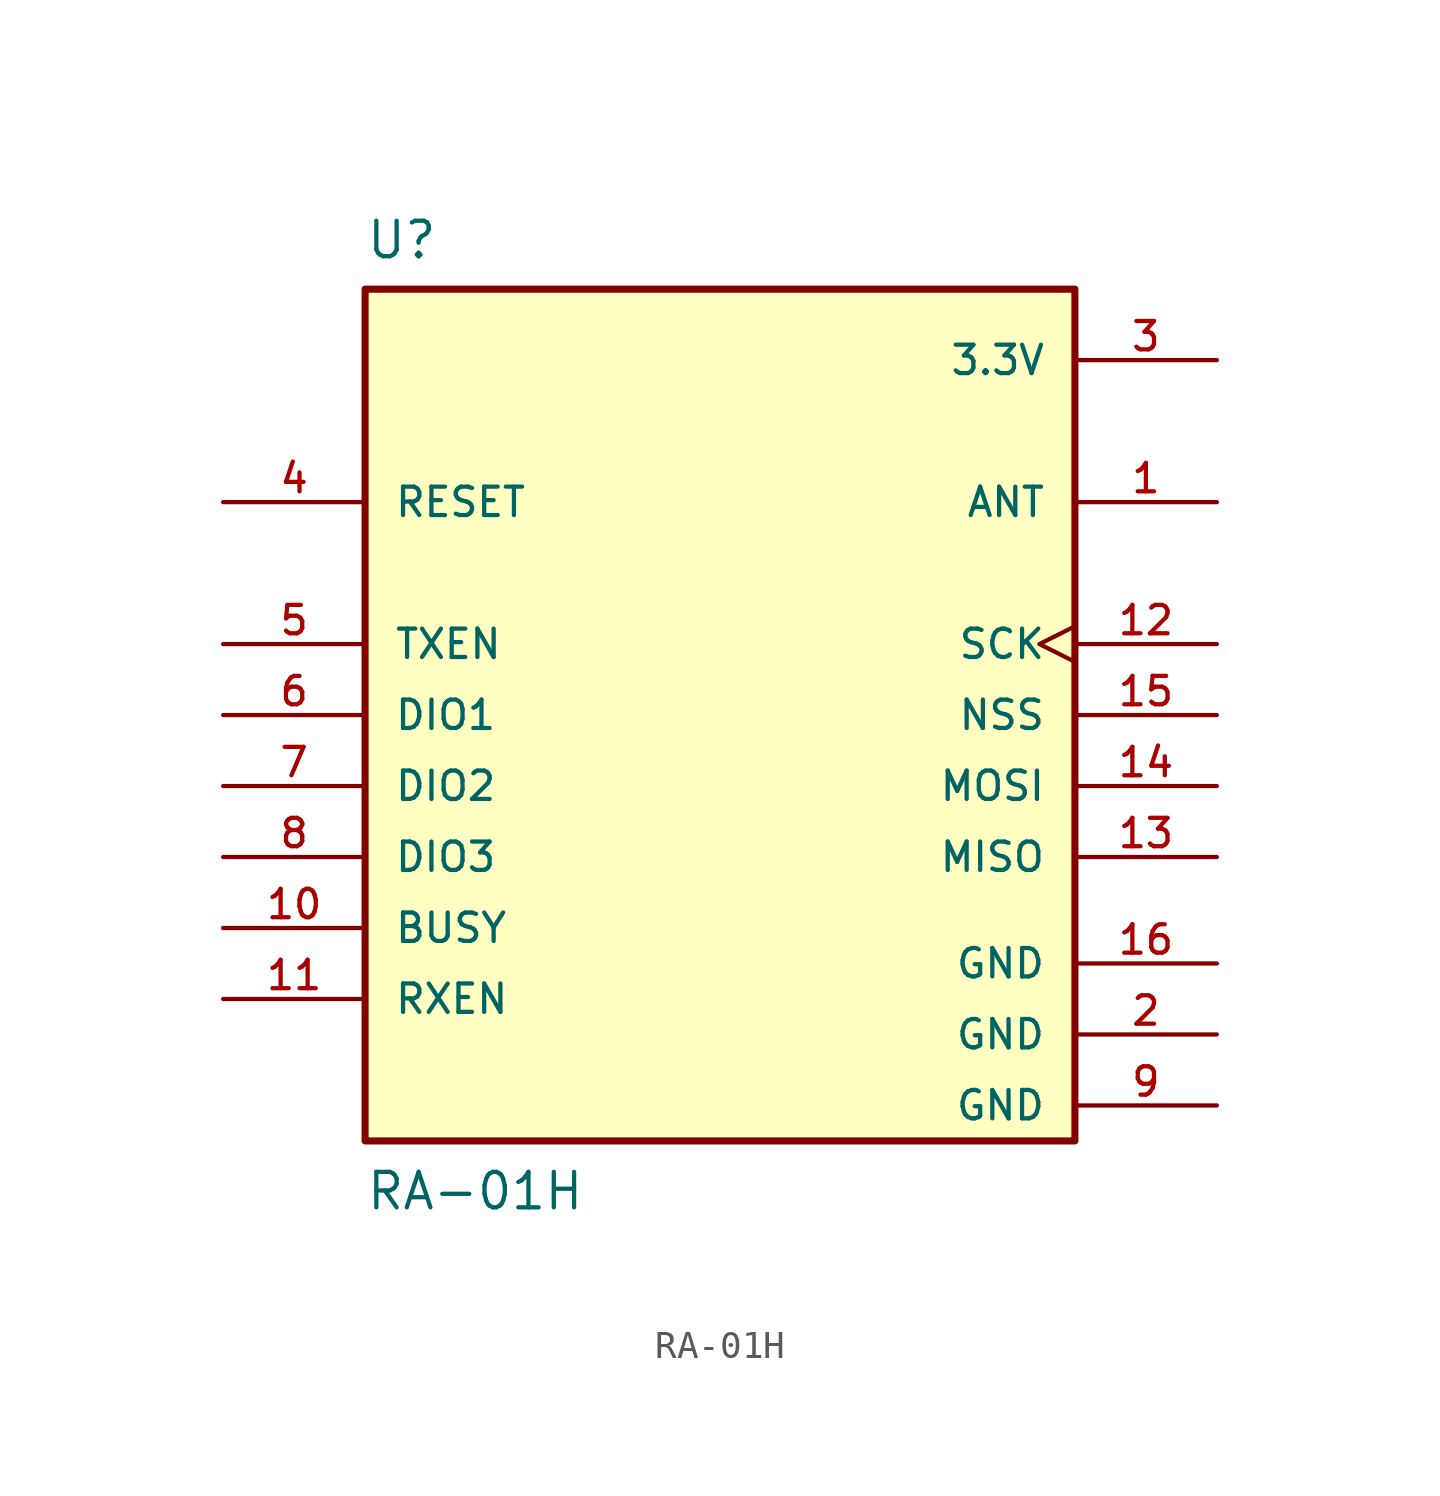
<source format=kicad_sym>
(kicad_symbol_lib
  (version 20241209)
  (generator "kicad_symbol_editor")
  (generator_version "9.0")
  (symbol "RA-01H"
    (pin_names
      (offset 1.016))
    (property "Reference" "U"
      (at -12.7 16.256 0)
      (effects (font (size 1.27 1.27)) (justify left bottom)))
    (property "Value" "RA-01H"
      (at -12.7 -17.78 0)
      (effects (font (size 1.27 1.27)) (justify left bottom)))
    (symbol "RA-01H_0_0"
      (rectangle (start -12.7 15.24) (end 12.7 -15.24) (stroke (width 0.254) (type default)) (fill (type background)))
      (pin input line (at -17.78 7.62 0) (length 5.08) (name "RESET" (effects (font (size 1.016 1.016)))) (number "4" (effects (font (size 1.016 1.016)))))
      (pin bidirectional line (at -17.78 0 0) (length 5.08) (name "DIO1" (effects (font (size 1.016 1.016)))) (number "6" (effects (font (size 1.016 1.016)))))
      (pin bidirectional line (at -17.78 -2.54 0) (length 5.08) (name "DIO2" (effects (font (size 1.016 1.016)))) (number "7" (effects (font (size 1.016 1.016)))))
      (pin bidirectional line (at -17.78 -5.08 0) (length 5.08) (name "DIO3" (effects (font (size 1.016 1.016)))) (number "8" (effects (font (size 1.016 1.016)))))
      (pin power_in line (at 17.78 12.7 180) (length 5.08) (name "3.3V" (effects (font (size 1.016 1.016)))) (number "3" (effects (font (size 1.016 1.016)))))
      (pin bidirectional line (at 17.78 7.62 180) (length 5.08) (name "ANT" (effects (font (size 1.016 1.016)))) (number "1" (effects (font (size 1.016 1.016)))))
      (pin input clock (at 17.78 2.54 180) (length 5.08) (name "SCK" (effects (font (size 1.016 1.016)))) (number "12" (effects (font (size 1.016 1.016)))))
      (pin input line (at 17.78 0 180) (length 5.08) (name "NSS" (effects (font (size 1.016 1.016)))) (number "15" (effects (font (size 1.016 1.016)))))
      (pin input line (at 17.78 -2.54 180) (length 5.08) (name "MOSI" (effects (font (size 1.016 1.016)))) (number "14" (effects (font (size 1.016 1.016)))))
      (pin output line (at 17.78 -5.08 180) (length 5.08) (name "MISO" (effects (font (size 1.016 1.016)))) (number "13" (effects (font (size 1.016 1.016)))))
      (pin power_in line (at 17.78 -8.89 180) (length 5.08) (name "GND" (effects (font (size 1.016 1.016)))) (number "16" (effects (font (size 1.016 1.016)))))
      (pin power_in line (at 17.78 -11.43 180) (length 5.08) (name "GND" (effects (font (size 1.016 1.016)))) (number "2" (effects (font (size 1.016 1.016)))))
      (pin power_in line (at 17.78 -13.97 180) (length 5.08) (name "GND" (effects (font (size 1.016 1.016)))) (number "9" (effects (font (size 1.016 1.016))))))
    (symbol "RA-01H_1_0"
      (pin bidirectional line (at -17.78 2.54 0) (length 5.08) (name "TXEN" (effects (font (size 1.016 1.016)))) (number "5" (effects (font (size 1.016 1.016)))))
      (pin bidirectional line (at -17.78 -7.62 0) (length 5.08) (name "BUSY" (effects (font (size 1.016 1.016)))) (number "10" (effects (font (size 1.016 1.016)))))
      (pin bidirectional line (at -17.78 -10.16 0) (length 5.08) (name "RXEN" (effects (font (size 1.016 1.016)))) (number "11" (effects (font (size 1.016 1.016))))))))
</source>
